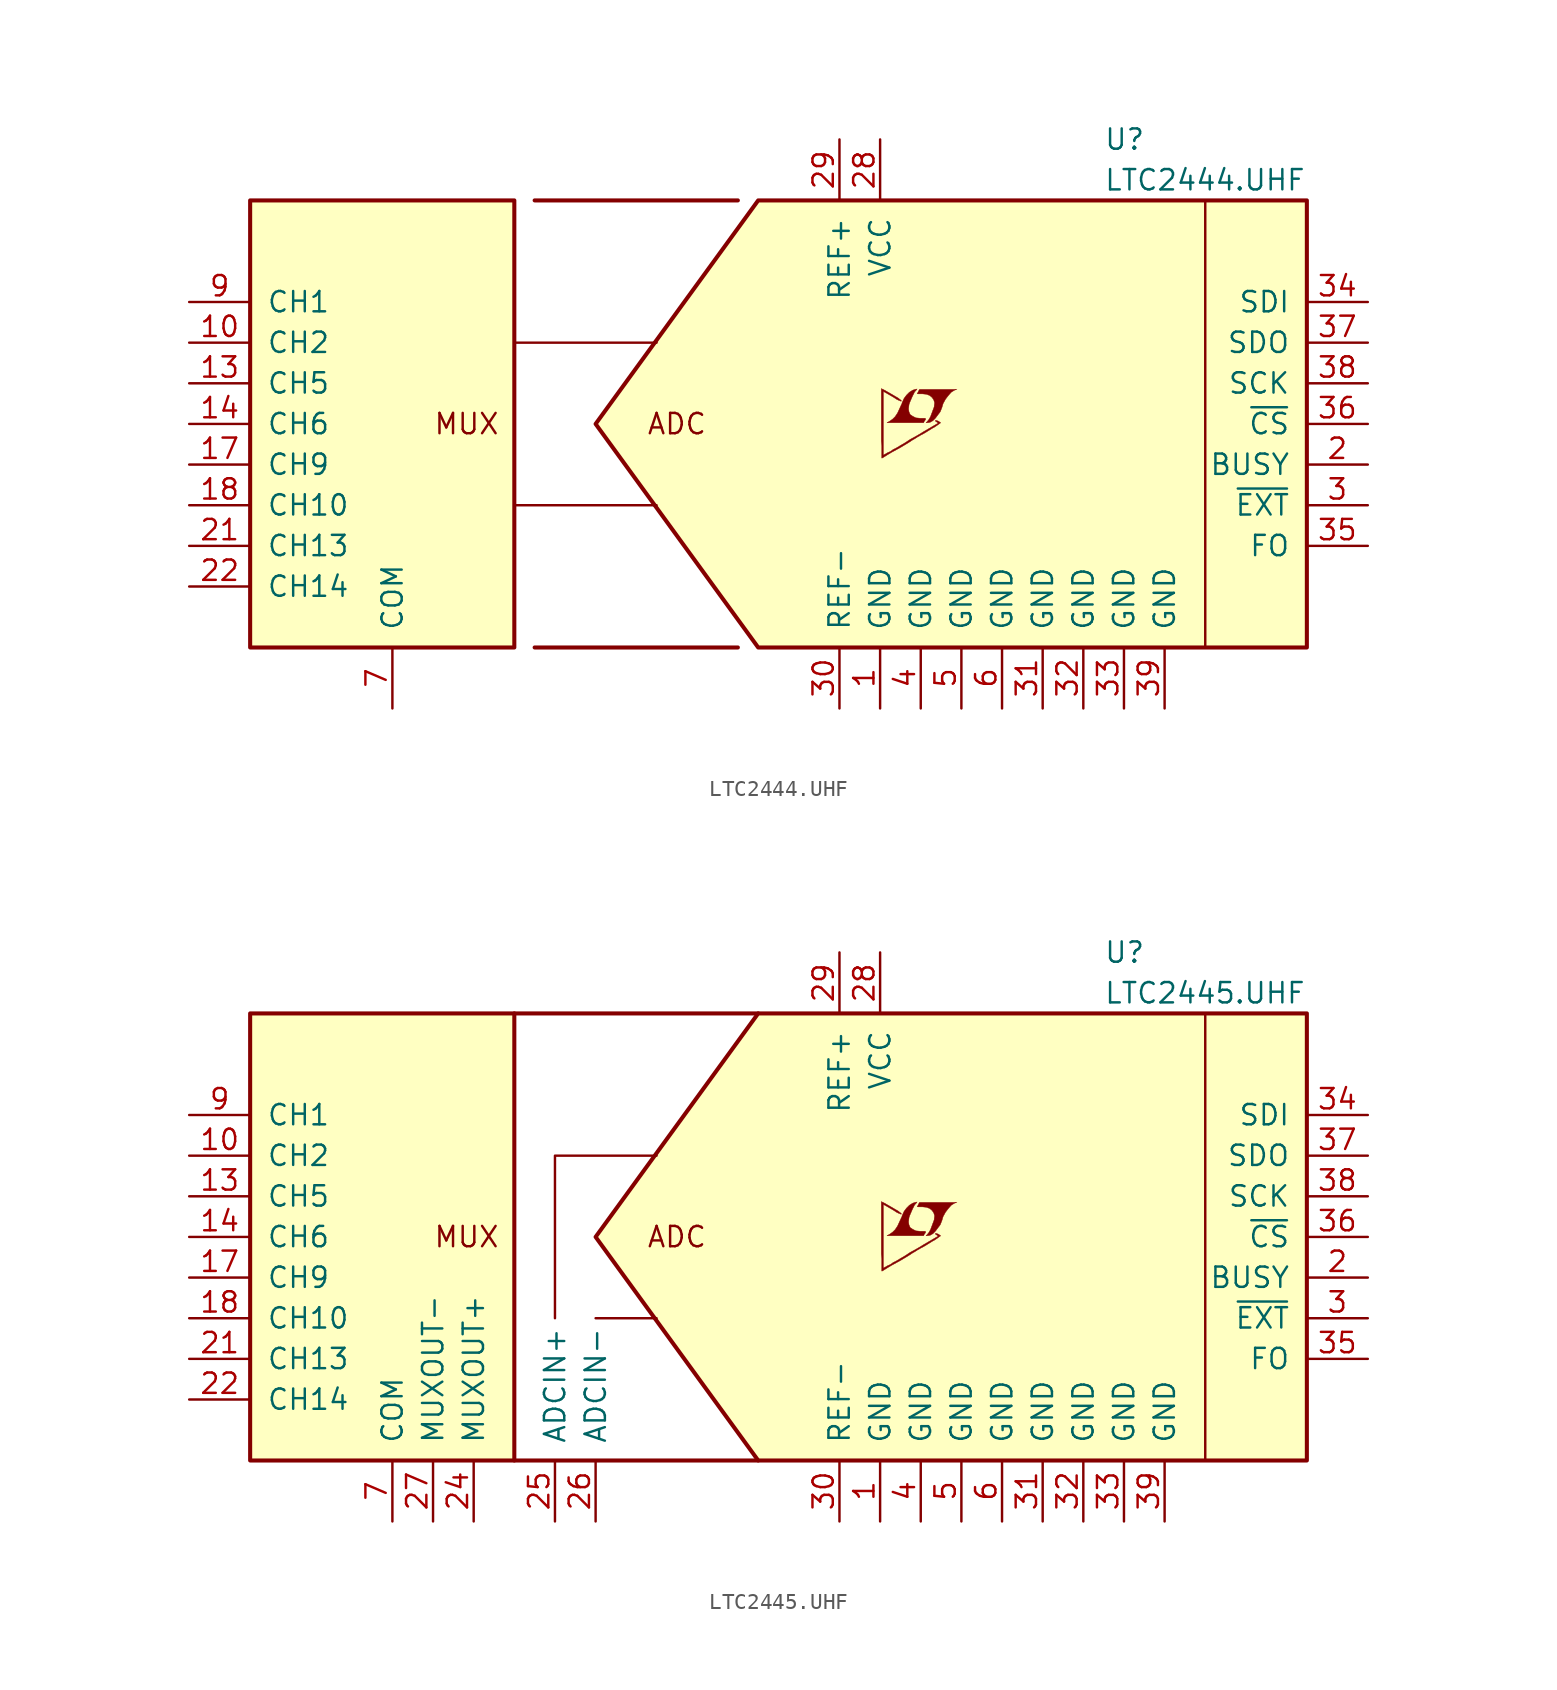
<source format=kicad_sym>
(kicad_symbol_lib
  (version 20201005)
  (generator kicad_symbol_editor)
  (symbol "LTC2444.UHF"
    (pin_names
      (offset 1.016))
    (property "Reference" "U"
      (at 21.59 17.78 0)
      (effects (font (size 1.27 1.27)) (justify left)))
    (property "Value" "LTC2444.UHF"
      (at 21.59 15.24 0)
      (effects (font (size 1.27 1.27)) (justify left)))
    (symbol "LTC2444.UHF_0_0"
      (text "ADC" (at -5.08 0 0) (effects (font (size 1.27 1.27))))
      (text "MUX" (at -20.32 0 0) (effects (font (size 1.27 1.27)) (justify left)))
      (polyline (pts (xy -6.35 -5.08) (xy -15.24 -5.08)) (stroke (width 0)) (fill (type none)))
      (polyline (pts (xy -6.35 5.08) (xy -15.24 5.08)) (stroke (width 0)) (fill (type none)))
      (polyline (pts (xy 10.744 0.102) (xy 10.922 0.203) (xy 11.074 0.356) (xy 11.379 0.762) (xy 11.481 1.016) (xy 11.557 1.27) (xy 11.709 1.549) (xy 11.887 1.778) (xy 12.065 1.981) (xy 12.268 2.108) (xy 12.421 2.159) (xy 10.084 2.159) (xy 10.008 2.032) (xy 10.008 2.007) (xy 9.957 1.93) (xy 9.931 1.905) (xy 9.982 1.88) (xy 10.262 1.88) (xy 10.516 1.854) (xy 10.719 1.778) (xy 10.871 1.651) (xy 10.973 1.499) (xy 11.024 1.321) (xy 10.998 1.092) (xy 10.998 1.067) (xy 10.77 0.457) (xy 10.668 0.279) (xy 10.566 0.152) (xy 10.49 0.076) (xy 10.592 0.076) (xy 10.744 0.102)) (stroke (width 0.025)) (fill (type outline)))
      (polyline (pts (xy 10.389 0.178) (xy 10.414 0.203) (xy 10.465 0.279) (xy 10.465 0.33) (xy 10.414 0.356) (xy 10.109 0.356) (xy 9.855 0.381) (xy 9.652 0.483) (xy 9.5 0.584) (xy 9.423 0.762) (xy 9.398 0.94) (xy 9.423 1.168) (xy 9.423 1.194) (xy 9.474 1.346) (xy 9.627 1.702) (xy 9.779 2.007) (xy 9.855 2.083) (xy 9.931 2.184) (xy 9.804 2.159) (xy 9.652 2.108) (xy 9.449 1.981) (xy 9.271 1.803) (xy 9.119 1.6) (xy 8.992 1.321) (xy 8.992 1.295) (xy 8.839 0.965) (xy 8.712 0.686) (xy 8.56 0.457) (xy 8.407 0.305) (xy 8.23 0.178) (xy 8.052 0.076) (xy 10.338 0.076) (xy 10.389 0.178)) (stroke (width 0.025)) (fill (type outline)))
      (polyline (pts (xy 7.798 -2.108) (xy 7.874 -2.057) (xy 8.001 -1.981) (xy 8.077 -1.93) (xy 8.331 -1.778) (xy 8.89 -1.473) (xy 9.398 -1.168) (xy 9.627 -1.016) (xy 9.804 -0.914) (xy 9.957 -0.813) (xy 10.058 -0.762) (xy 10.135 -0.711) (xy 10.287 -0.635) (xy 10.465 -0.533) (xy 10.871 -0.279) (xy 11.049 -0.178) (xy 11.201 -0.076) (xy 11.303 0) (xy 11.379 0.051) (xy 11.405 0.076) (xy 11.252 0.178) (xy 11.1 0.229) (xy 11.074 0.203) (xy 11.074 0.178) (xy 11.151 0.127) (xy 11.252 0.051) (xy 10.338 -0.483) (xy 10.135 -0.61) (xy 9.83 -0.787) (xy 9.5 -0.965) (xy 9.195 -1.168) (xy 8.89 -1.346) (xy 8.636 -1.499) (xy 8.433 -1.6) (xy 8.255 -1.727) (xy 8.077 -1.803) (xy 7.95 -1.88) (xy 7.849 -1.93) (xy 7.823 -1.956) (xy 7.823 2.032) (xy 8.357 1.727) (xy 8.484 1.651) (xy 8.636 1.549) (xy 8.788 1.473) (xy 8.865 1.448) (xy 8.915 1.422) (xy 8.941 1.422) (xy 8.941 1.473) (xy 8.865 1.524) (xy 8.738 1.626) (xy 8.56 1.727) (xy 8.433 1.803) (xy 8.077 2.007) (xy 7.95 2.083) (xy 7.696 2.21) (xy 7.696 -1.067) (xy 7.722 -1.372) (xy 7.722 -2.134) (xy 7.747 -2.134) (xy 7.798 -2.108)) (stroke (width 0.025)) (fill (type outline))))
    (symbol "LTC2444.UHF_0_1"
      (polyline (pts (xy 27.94 13.97) (xy 27.94 -13.97)) (stroke (width 0)) (fill (type none)))
      (polyline (pts (xy -10.16 0) (xy 0 13.97) (xy 34.29 13.97) (xy 34.29 -13.97) (xy 0 -13.97) (xy -10.16 0)) (stroke (width 0.254)) (fill (type background))))
    (symbol "LTC2444.UHF_1_1"
      (rectangle (start -31.75 13.97) (end -15.24 -13.97) (stroke (width 0.254)) (fill (type background)))
      (polyline (pts (xy -13.97 -13.97) (xy -1.27 -13.97)) (stroke (width 0.254)) (fill (type none)))
      (polyline (pts (xy -13.97 13.97) (xy -1.27 13.97)) (stroke (width 0.254)) (fill (type none)))
      (pin power_in line (at 7.62 -17.78 90) (length 3.81) (name "GND" (effects (font (size 1.27 1.27)))) (number "1" (effects (font (size 1.27 1.27)))))
      (pin input line (at -35.56 5.08 0) (length 3.81) (name "CH2" (effects (font (size 1.27 1.27)))) (number "10" (effects (font (size 1.27 1.27)))))
      (pin unconnected line (at -25.4 17.78 270) (length 3.81) hide (name "NC" (effects (font (size 1.27 1.27)))) (number "11" (effects (font (size 1.27 1.27)))))
      (pin unconnected line (at -22.86 17.78 270) (length 3.81) hide (name "NC" (effects (font (size 1.27 1.27)))) (number "12" (effects (font (size 1.27 1.27)))))
      (pin input line (at -35.56 2.54 0) (length 3.81) (name "CH5" (effects (font (size 1.27 1.27)))) (number "13" (effects (font (size 1.27 1.27)))))
      (pin input line (at -35.56 0 0) (length 3.81) (name "CH6" (effects (font (size 1.27 1.27)))) (number "14" (effects (font (size 1.27 1.27)))))
      (pin unconnected line (at -20.32 17.78 270) (length 3.81) hide (name "NC" (effects (font (size 1.27 1.27)))) (number "15" (effects (font (size 1.27 1.27)))))
      (pin unconnected line (at -17.78 17.78 270) (length 3.81) hide (name "NC" (effects (font (size 1.27 1.27)))) (number "16" (effects (font (size 1.27 1.27)))))
      (pin input line (at -35.56 -2.54 0) (length 3.81) (name "CH9" (effects (font (size 1.27 1.27)))) (number "17" (effects (font (size 1.27 1.27)))))
      (pin input line (at -35.56 -5.08 0) (length 3.81) (name "CH10" (effects (font (size 1.27 1.27)))) (number "18" (effects (font (size 1.27 1.27)))))
      (pin unconnected line (at -15.24 17.78 270) (length 3.81) hide (name "NC" (effects (font (size 1.27 1.27)))) (number "19" (effects (font (size 1.27 1.27)))))
      (pin output line (at 38.1 -2.54 180) (length 3.81) (name "BUSY" (effects (font (size 1.27 1.27)))) (number "2" (effects (font (size 1.27 1.27)))))
      (pin unconnected line (at -12.7 17.78 270) (length 3.81) hide (name "NC" (effects (font (size 1.27 1.27)))) (number "20" (effects (font (size 1.27 1.27)))))
      (pin input line (at -35.56 -7.62 0) (length 3.81) (name "CH13" (effects (font (size 1.27 1.27)))) (number "21" (effects (font (size 1.27 1.27)))))
      (pin input line (at -35.56 -10.16 0) (length 3.81) (name "CH14" (effects (font (size 1.27 1.27)))) (number "22" (effects (font (size 1.27 1.27)))))
      (pin unconnected line (at -10.16 17.78 270) (length 3.81) hide (name "NC" (effects (font (size 1.27 1.27)))) (number "23" (effects (font (size 1.27 1.27)))))
      (pin unconnected line (at -17.78 -17.78 90) (length 3.81) hide (name "NC" (effects (font (size 1.27 1.27)))) (number "24" (effects (font (size 1.27 1.27)))))
      (pin unconnected line (at -12.7 -17.78 90) (length 3.81) hide (name "NC" (effects (font (size 1.27 1.27)))) (number "25" (effects (font (size 1.27 1.27)))))
      (pin unconnected line (at -10.16 -17.78 90) (length 3.81) hide (name "NC" (effects (font (size 1.27 1.27)))) (number "26" (effects (font (size 1.27 1.27)))))
      (pin unconnected line (at -20.32 -17.78 90) (length 3.81) hide (name "NC" (effects (font (size 1.27 1.27)))) (number "27" (effects (font (size 1.27 1.27)))))
      (pin power_in line (at 7.62 17.78 270) (length 3.81) (name "VCC" (effects (font (size 1.27 1.27)))) (number "28" (effects (font (size 1.27 1.27)))))
      (pin passive line (at 5.08 17.78 270) (length 3.81) (name "REF+" (effects (font (size 1.27 1.27)))) (number "29" (effects (font (size 1.27 1.27)))))
      (pin input line (at 38.1 -5.08 180) (length 3.81) (name "~EXT~" (effects (font (size 1.27 1.27)))) (number "3" (effects (font (size 1.27 1.27)))))
      (pin passive line (at 5.08 -17.78 90) (length 3.81) (name "REF-" (effects (font (size 1.27 1.27)))) (number "30" (effects (font (size 1.27 1.27)))))
      (pin power_in line (at 17.78 -17.78 90) (length 3.81) (name "GND" (effects (font (size 1.27 1.27)))) (number "31" (effects (font (size 1.27 1.27)))))
      (pin power_in line (at 20.32 -17.78 90) (length 3.81) (name "GND" (effects (font (size 1.27 1.27)))) (number "32" (effects (font (size 1.27 1.27)))))
      (pin power_in line (at 22.86 -17.78 90) (length 3.81) (name "GND" (effects (font (size 1.27 1.27)))) (number "33" (effects (font (size 1.27 1.27)))))
      (pin input line (at 38.1 7.62 180) (length 3.81) (name "SDI" (effects (font (size 1.27 1.27)))) (number "34" (effects (font (size 1.27 1.27)))))
      (pin input line (at 38.1 -7.62 180) (length 3.81) (name "FO" (effects (font (size 1.27 1.27)))) (number "35" (effects (font (size 1.27 1.27)))))
      (pin input line (at 38.1 0 180) (length 3.81) (name "~CS~" (effects (font (size 1.27 1.27)))) (number "36" (effects (font (size 1.27 1.27)))))
      (pin output line (at 38.1 5.08 180) (length 3.81) (name "SDO" (effects (font (size 1.27 1.27)))) (number "37" (effects (font (size 1.27 1.27)))))
      (pin input line (at 38.1 2.54 180) (length 3.81) (name "SCK" (effects (font (size 1.27 1.27)))) (number "38" (effects (font (size 1.27 1.27)))))
      (pin power_in line (at 25.4 -17.78 90) (length 3.81) (name "GND" (effects (font (size 1.27 1.27)))) (number "39" (effects (font (size 1.27 1.27)))))
      (pin power_in line (at 10.16 -17.78 90) (length 3.81) (name "GND" (effects (font (size 1.27 1.27)))) (number "4" (effects (font (size 1.27 1.27)))))
      (pin power_in line (at 12.7 -17.78 90) (length 3.81) (name "GND" (effects (font (size 1.27 1.27)))) (number "5" (effects (font (size 1.27 1.27)))))
      (pin power_in line (at 15.24 -17.78 90) (length 3.81) (name "GND" (effects (font (size 1.27 1.27)))) (number "6" (effects (font (size 1.27 1.27)))))
      (pin passive line (at -22.86 -17.78 90) (length 3.81) (name "COM" (effects (font (size 1.27 1.27)))) (number "7" (effects (font (size 1.27 1.27)))))
      (pin unconnected line (at -27.94 17.78 270) (length 3.81) hide (name "NC" (effects (font (size 1.27 1.27)))) (number "8" (effects (font (size 1.27 1.27)))))
      (pin input line (at -35.56 7.62 0) (length 3.81) (name "CH1" (effects (font (size 1.27 1.27)))) (number "9" (effects (font (size 1.27 1.27)))))))
  (symbol "LTC2445.UHF"
    (pin_names
      (offset 1.016))
    (property "Reference" "U"
      (at 21.59 17.78 0)
      (effects (font (size 1.27 1.27)) (justify left)))
    (property "Value" "LTC2445.UHF"
      (at 21.59 15.24 0)
      (effects (font (size 1.27 1.27)) (justify left)))
    (symbol "LTC2445.UHF_0_0"
      (text "ADC" (at -5.08 0 0) (effects (font (size 1.27 1.27))))
      (text "MUX" (at -20.32 0 0) (effects (font (size 1.27 1.27)) (justify left)))
      (polyline (pts (xy 10.744 0.102) (xy 10.922 0.203) (xy 11.074 0.356) (xy 11.379 0.762) (xy 11.481 1.016) (xy 11.557 1.27) (xy 11.709 1.549) (xy 11.887 1.778) (xy 12.065 1.981) (xy 12.268 2.108) (xy 12.421 2.159) (xy 10.084 2.159) (xy 10.008 2.032) (xy 10.008 2.007) (xy 9.957 1.93) (xy 9.931 1.905) (xy 9.982 1.88) (xy 10.262 1.88) (xy 10.516 1.854) (xy 10.719 1.778) (xy 10.871 1.651) (xy 10.973 1.499) (xy 11.024 1.321) (xy 10.998 1.092) (xy 10.998 1.067) (xy 10.77 0.457) (xy 10.668 0.279) (xy 10.566 0.152) (xy 10.49 0.076) (xy 10.592 0.076) (xy 10.744 0.102)) (stroke (width 0.025)) (fill (type outline)))
      (polyline (pts (xy 10.389 0.178) (xy 10.414 0.203) (xy 10.465 0.279) (xy 10.465 0.33) (xy 10.414 0.356) (xy 10.109 0.356) (xy 9.855 0.381) (xy 9.652 0.483) (xy 9.5 0.584) (xy 9.423 0.762) (xy 9.398 0.94) (xy 9.423 1.168) (xy 9.423 1.194) (xy 9.474 1.346) (xy 9.627 1.702) (xy 9.779 2.007) (xy 9.855 2.083) (xy 9.931 2.184) (xy 9.804 2.159) (xy 9.652 2.108) (xy 9.449 1.981) (xy 9.271 1.803) (xy 9.119 1.6) (xy 8.992 1.321) (xy 8.992 1.295) (xy 8.839 0.965) (xy 8.712 0.686) (xy 8.56 0.457) (xy 8.407 0.305) (xy 8.23 0.178) (xy 8.052 0.076) (xy 10.338 0.076) (xy 10.389 0.178)) (stroke (width 0.025)) (fill (type outline)))
      (polyline (pts (xy 7.798 -2.108) (xy 7.874 -2.057) (xy 8.001 -1.981) (xy 8.077 -1.93) (xy 8.331 -1.778) (xy 8.89 -1.473) (xy 9.398 -1.168) (xy 9.627 -1.016) (xy 9.804 -0.914) (xy 9.957 -0.813) (xy 10.058 -0.762) (xy 10.135 -0.711) (xy 10.287 -0.635) (xy 10.465 -0.533) (xy 10.871 -0.279) (xy 11.049 -0.178) (xy 11.201 -0.076) (xy 11.303 0) (xy 11.379 0.051) (xy 11.405 0.076) (xy 11.252 0.178) (xy 11.1 0.229) (xy 11.074 0.203) (xy 11.074 0.178) (xy 11.151 0.127) (xy 11.252 0.051) (xy 10.338 -0.483) (xy 10.135 -0.61) (xy 9.83 -0.787) (xy 9.5 -0.965) (xy 9.195 -1.168) (xy 8.89 -1.346) (xy 8.636 -1.499) (xy 8.433 -1.6) (xy 8.255 -1.727) (xy 8.077 -1.803) (xy 7.95 -1.88) (xy 7.849 -1.93) (xy 7.823 -1.956) (xy 7.823 2.032) (xy 8.357 1.727) (xy 8.484 1.651) (xy 8.636 1.549) (xy 8.788 1.473) (xy 8.865 1.448) (xy 8.915 1.422) (xy 8.941 1.422) (xy 8.941 1.473) (xy 8.865 1.524) (xy 8.738 1.626) (xy 8.56 1.727) (xy 8.433 1.803) (xy 8.077 2.007) (xy 7.95 2.083) (xy 7.696 2.21) (xy 7.696 -1.067) (xy 7.722 -1.372) (xy 7.722 -2.134) (xy 7.747 -2.134) (xy 7.798 -2.108)) (stroke (width 0.025)) (fill (type outline))))
    (symbol "LTC2445.UHF_0_1"
      (polyline (pts (xy 27.94 13.97) (xy 27.94 -13.97)) (stroke (width 0)) (fill (type none)))
      (polyline (pts (xy -10.16 0) (xy 0 13.97) (xy 34.29 13.97) (xy 34.29 -13.97) (xy 0 -13.97) (xy -10.16 0)) (stroke (width 0.254)) (fill (type background))))
    (symbol "LTC2445.UHF_1_1"
      (rectangle (start -31.75 13.97) (end -15.24 -13.97) (stroke (width 0.254)) (fill (type background)))
      (polyline (pts (xy -15.24 -13.97) (xy 0 -13.97)) (stroke (width 0.254)) (fill (type none)))
      (polyline (pts (xy -15.24 13.97) (xy 0 13.97)) (stroke (width 0.254)) (fill (type none)))
      (polyline (pts (xy -6.35 -5.08) (xy -10.16 -5.08)) (stroke (width 0)) (fill (type none)))
      (polyline (pts (xy -12.7 -5.08) (xy -12.7 5.08) (xy -6.35 5.08)) (stroke (width 0)) (fill (type none)))
      (pin power_in line (at 7.62 -17.78 90) (length 3.81) (name "GND" (effects (font (size 1.27 1.27)))) (number "1" (effects (font (size 1.27 1.27)))))
      (pin input line (at -35.56 5.08 0) (length 3.81) (name "CH2" (effects (font (size 1.27 1.27)))) (number "10" (effects (font (size 1.27 1.27)))))
      (pin unconnected line (at -25.4 17.78 270) (length 3.81) hide (name "NC" (effects (font (size 1.27 1.27)))) (number "11" (effects (font (size 1.27 1.27)))))
      (pin unconnected line (at -22.86 17.78 270) (length 3.81) hide (name "NC" (effects (font (size 1.27 1.27)))) (number "12" (effects (font (size 1.27 1.27)))))
      (pin input line (at -35.56 2.54 0) (length 3.81) (name "CH5" (effects (font (size 1.27 1.27)))) (number "13" (effects (font (size 1.27 1.27)))))
      (pin input line (at -35.56 0 0) (length 3.81) (name "CH6" (effects (font (size 1.27 1.27)))) (number "14" (effects (font (size 1.27 1.27)))))
      (pin unconnected line (at -20.32 17.78 270) (length 3.81) hide (name "NC" (effects (font (size 1.27 1.27)))) (number "15" (effects (font (size 1.27 1.27)))))
      (pin unconnected line (at -17.78 17.78 270) (length 3.81) hide (name "NC" (effects (font (size 1.27 1.27)))) (number "16" (effects (font (size 1.27 1.27)))))
      (pin input line (at -35.56 -2.54 0) (length 3.81) (name "CH9" (effects (font (size 1.27 1.27)))) (number "17" (effects (font (size 1.27 1.27)))))
      (pin input line (at -35.56 -5.08 0) (length 3.81) (name "CH10" (effects (font (size 1.27 1.27)))) (number "18" (effects (font (size 1.27 1.27)))))
      (pin unconnected line (at -15.24 17.78 270) (length 3.81) hide (name "NC" (effects (font (size 1.27 1.27)))) (number "19" (effects (font (size 1.27 1.27)))))
      (pin output line (at 38.1 -2.54 180) (length 3.81) (name "BUSY" (effects (font (size 1.27 1.27)))) (number "2" (effects (font (size 1.27 1.27)))))
      (pin unconnected line (at -12.7 17.78 270) (length 3.81) hide (name "NC" (effects (font (size 1.27 1.27)))) (number "20" (effects (font (size 1.27 1.27)))))
      (pin input line (at -35.56 -7.62 0) (length 3.81) (name "CH13" (effects (font (size 1.27 1.27)))) (number "21" (effects (font (size 1.27 1.27)))))
      (pin input line (at -35.56 -10.16 0) (length 3.81) (name "CH14" (effects (font (size 1.27 1.27)))) (number "22" (effects (font (size 1.27 1.27)))))
      (pin unconnected line (at -10.16 17.78 270) (length 3.81) hide (name "NC" (effects (font (size 1.27 1.27)))) (number "23" (effects (font (size 1.27 1.27)))))
      (pin output line (at -17.78 -17.78 90) (length 3.81) (name "MUXOUT+" (effects (font (size 1.27 1.27)))) (number "24" (effects (font (size 1.27 1.27)))))
      (pin input line (at -12.7 -17.78 90) (length 3.81) (name "ADCIN+" (effects (font (size 1.27 1.27)))) (number "25" (effects (font (size 1.27 1.27)))))
      (pin input line (at -10.16 -17.78 90) (length 3.81) (name "ADCIN-" (effects (font (size 1.27 1.27)))) (number "26" (effects (font (size 1.27 1.27)))))
      (pin output line (at -20.32 -17.78 90) (length 3.81) (name "MUXOUT-" (effects (font (size 1.27 1.27)))) (number "27" (effects (font (size 1.27 1.27)))))
      (pin power_in line (at 7.62 17.78 270) (length 3.81) (name "VCC" (effects (font (size 1.27 1.27)))) (number "28" (effects (font (size 1.27 1.27)))))
      (pin passive line (at 5.08 17.78 270) (length 3.81) (name "REF+" (effects (font (size 1.27 1.27)))) (number "29" (effects (font (size 1.27 1.27)))))
      (pin input line (at 38.1 -5.08 180) (length 3.81) (name "~EXT~" (effects (font (size 1.27 1.27)))) (number "3" (effects (font (size 1.27 1.27)))))
      (pin passive line (at 5.08 -17.78 90) (length 3.81) (name "REF-" (effects (font (size 1.27 1.27)))) (number "30" (effects (font (size 1.27 1.27)))))
      (pin power_in line (at 17.78 -17.78 90) (length 3.81) (name "GND" (effects (font (size 1.27 1.27)))) (number "31" (effects (font (size 1.27 1.27)))))
      (pin power_in line (at 20.32 -17.78 90) (length 3.81) (name "GND" (effects (font (size 1.27 1.27)))) (number "32" (effects (font (size 1.27 1.27)))))
      (pin power_in line (at 22.86 -17.78 90) (length 3.81) (name "GND" (effects (font (size 1.27 1.27)))) (number "33" (effects (font (size 1.27 1.27)))))
      (pin input line (at 38.1 7.62 180) (length 3.81) (name "SDI" (effects (font (size 1.27 1.27)))) (number "34" (effects (font (size 1.27 1.27)))))
      (pin input line (at 38.1 -7.62 180) (length 3.81) (name "FO" (effects (font (size 1.27 1.27)))) (number "35" (effects (font (size 1.27 1.27)))))
      (pin input line (at 38.1 0 180) (length 3.81) (name "~CS~" (effects (font (size 1.27 1.27)))) (number "36" (effects (font (size 1.27 1.27)))))
      (pin output line (at 38.1 5.08 180) (length 3.81) (name "SDO" (effects (font (size 1.27 1.27)))) (number "37" (effects (font (size 1.27 1.27)))))
      (pin input line (at 38.1 2.54 180) (length 3.81) (name "SCK" (effects (font (size 1.27 1.27)))) (number "38" (effects (font (size 1.27 1.27)))))
      (pin power_in line (at 25.4 -17.78 90) (length 3.81) (name "GND" (effects (font (size 1.27 1.27)))) (number "39" (effects (font (size 1.27 1.27)))))
      (pin power_in line (at 10.16 -17.78 90) (length 3.81) (name "GND" (effects (font (size 1.27 1.27)))) (number "4" (effects (font (size 1.27 1.27)))))
      (pin power_in line (at 12.7 -17.78 90) (length 3.81) (name "GND" (effects (font (size 1.27 1.27)))) (number "5" (effects (font (size 1.27 1.27)))))
      (pin power_in line (at 15.24 -17.78 90) (length 3.81) (name "GND" (effects (font (size 1.27 1.27)))) (number "6" (effects (font (size 1.27 1.27)))))
      (pin passive line (at -22.86 -17.78 90) (length 3.81) (name "COM" (effects (font (size 1.27 1.27)))) (number "7" (effects (font (size 1.27 1.27)))))
      (pin unconnected line (at -27.94 17.78 270) (length 3.81) hide (name "NC" (effects (font (size 1.27 1.27)))) (number "8" (effects (font (size 1.27 1.27)))))
      (pin input line (at -35.56 7.62 0) (length 3.81) (name "CH1" (effects (font (size 1.27 1.27)))) (number "9" (effects (font (size 1.27 1.27))))))))
</source>
